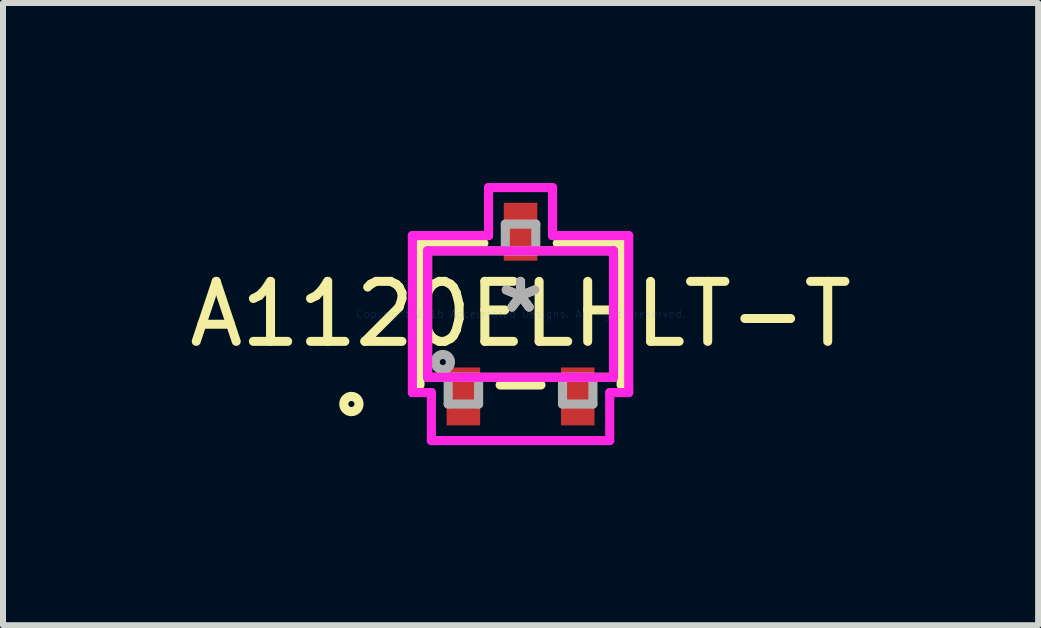
<source format=kicad_pcb>
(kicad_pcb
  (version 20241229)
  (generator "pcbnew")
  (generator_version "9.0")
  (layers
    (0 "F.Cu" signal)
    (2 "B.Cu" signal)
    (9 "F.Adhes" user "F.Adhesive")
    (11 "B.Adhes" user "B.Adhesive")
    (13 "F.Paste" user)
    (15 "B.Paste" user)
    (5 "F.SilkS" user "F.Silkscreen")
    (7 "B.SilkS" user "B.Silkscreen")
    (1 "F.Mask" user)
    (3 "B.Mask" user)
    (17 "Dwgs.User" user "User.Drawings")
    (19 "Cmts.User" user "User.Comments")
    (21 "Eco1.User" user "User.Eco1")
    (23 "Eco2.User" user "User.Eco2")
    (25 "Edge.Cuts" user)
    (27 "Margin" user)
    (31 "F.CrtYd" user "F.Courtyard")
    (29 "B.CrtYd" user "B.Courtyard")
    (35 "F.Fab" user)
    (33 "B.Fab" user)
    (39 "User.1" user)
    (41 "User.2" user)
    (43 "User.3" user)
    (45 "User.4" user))
  (footprint "A1120ELHLT-T"
    (layer "F.Cu")
    (at 5.625 2.184)
    (property "Reference" "A1120ELHLT-T" (at 0 0 0) (layer "F.SilkS") (effects (font (size 1 1) (thickness 0.15))))
    (attr through_hole)
    (fp_line (start -1.676 -1.181) (end -1.676 1.181) (stroke (width 0.152) (type solid)) (layer "F.SilkS"))
    (fp_line (start -0.612 -1.181) (end -1.676 -1.181) (stroke (width 0.152) (type solid)) (layer "F.SilkS"))
    (fp_line (start -0.34 1.181) (end 0.34 1.181) (stroke (width 0.152) (type solid)) (layer "F.SilkS"))
    (fp_line (start 1.676 -1.181) (end 0.612 -1.181) (stroke (width 0.152) (type solid)) (layer "F.SilkS"))
    (fp_line (start 1.676 1.181) (end 1.676 -1.181) (stroke (width 0.152) (type solid)) (layer "F.SilkS"))
    (fp_circle (center -2.819 1.499) (end -2.692 1.499) (stroke (width 0.152) (type solid)) (fill no) (layer "F.SilkS"))
    (fp_line (start -1.803 -1.308) (end -0.533 -1.308) (stroke (width 0.152) (type solid)) (layer "F.CrtYd"))
    (fp_line (start -1.803 1.308) (end -1.803 -1.308) (stroke (width 0.152) (type solid)) (layer "F.CrtYd"))
    (fp_line (start -1.549 -1.054) (end 1.549 -1.054) (stroke (width 0.152) (type solid)) (layer "F.CrtYd"))
    (fp_line (start -1.549 1.054) (end -1.549 -1.054) (stroke (width 0.152) (type solid)) (layer "F.CrtYd"))
    (fp_line (start -1.486 1.308) (end -1.803 1.308) (stroke (width 0.152) (type solid)) (layer "F.CrtYd"))
    (fp_line (start -1.486 2.108) (end -1.486 1.308) (stroke (width 0.152) (type solid)) (layer "F.CrtYd"))
    (fp_line (start -0.533 -2.108) (end 0.533 -2.108) (stroke (width 0.152) (type solid)) (layer "F.CrtYd"))
    (fp_line (start -0.533 -1.308) (end -0.533 -2.108) (stroke (width 0.152) (type solid)) (layer "F.CrtYd"))
    (fp_line (start 0.533 -2.108) (end 0.533 -1.308) (stroke (width 0.152) (type solid)) (layer "F.CrtYd"))
    (fp_line (start 0.533 -1.308) (end 1.803 -1.308) (stroke (width 0.152) (type solid)) (layer "F.CrtYd"))
    (fp_line (start 1.486 1.308) (end 1.486 2.108) (stroke (width 0.152) (type solid)) (layer "F.CrtYd"))
    (fp_line (start 1.486 2.108) (end -1.486 2.108) (stroke (width 0.152) (type solid)) (layer "F.CrtYd"))
    (fp_line (start 1.549 -1.054) (end 1.549 1.054) (stroke (width 0.152) (type solid)) (layer "F.CrtYd"))
    (fp_line (start 1.549 1.054) (end -1.549 1.054) (stroke (width 0.152) (type solid)) (layer "F.CrtYd"))
    (fp_line (start 1.803 -1.308) (end 1.803 1.308) (stroke (width 0.152) (type solid)) (layer "F.CrtYd"))
    (fp_line (start 1.803 1.308) (end 1.486 1.308) (stroke (width 0.152) (type solid)) (layer "F.CrtYd"))
    (fp_line (start -1.549 -1.054) (end -1.549 1.054) (stroke (width 0.152) (type solid)) (layer "F.Fab"))
    (fp_line (start -1.549 1.054) (end 1.549 1.054) (stroke (width 0.152) (type solid)) (layer "F.Fab"))
    (fp_line (start -1.206 1.054) (end -1.206 1.499) (stroke (width 0.152) (type solid)) (layer "F.Fab"))
    (fp_line (start -1.206 1.499) (end -0.699 1.499) (stroke (width 0.152) (type solid)) (layer "F.Fab"))
    (fp_line (start -0.699 1.054) (end -1.206 1.054) (stroke (width 0.152) (type solid)) (layer "F.Fab"))
    (fp_line (start -0.699 1.499) (end -0.699 1.054) (stroke (width 0.152) (type solid)) (layer "F.Fab"))
    (fp_line (start -0.254 -1.499) (end -0.254 -1.054) (stroke (width 0.152) (type solid)) (layer "F.Fab"))
    (fp_line (start -0.254 -1.054) (end 0.254 -1.054) (stroke (width 0.152) (type solid)) (layer "F.Fab"))
    (fp_line (start 0.254 -1.499) (end -0.254 -1.499) (stroke (width 0.152) (type solid)) (layer "F.Fab"))
    (fp_line (start 0.254 -1.054) (end 0.254 -1.499) (stroke (width 0.152) (type solid)) (layer "F.Fab"))
    (fp_line (start 0.699 1.054) (end 0.699 1.499) (stroke (width 0.152) (type solid)) (layer "F.Fab"))
    (fp_line (start 0.699 1.499) (end 1.206 1.499) (stroke (width 0.152) (type solid)) (layer "F.Fab"))
    (fp_line (start 1.206 1.054) (end 0.699 1.054) (stroke (width 0.152) (type solid)) (layer "F.Fab"))
    (fp_line (start 1.206 1.499) (end 1.206 1.054) (stroke (width 0.152) (type solid)) (layer "F.Fab"))
    (fp_line (start 1.549 -1.054) (end -1.549 -1.054) (stroke (width 0.152) (type solid)) (layer "F.Fab"))
    (fp_line (start 1.549 1.054) (end 1.549 -1.054) (stroke (width 0.152) (type solid)) (layer "F.Fab"))
    (fp_circle (center -1.295 0.8) (end -1.168 0.8) (stroke (width 0.152) (type solid)) (fill no) (layer "F.Fab"))
    (fp_text user "*" (at 0 0 0) (layer "F.SilkS") (effects (font (size 1 1) (thickness 0.15))))
    (fp_text user "Copyright 2016 Accelerated Designs. All rights reserved." (at 0 0 0) (layer "Cmts.User") (effects (font (size 0.127 0.127) (thickness 0.002))))
    (fp_text user "*" (at 0 0 0) (layer "F.Fab") (effects (font (size 1 1) (thickness 0.15))))
    (pad "1" smd rect (at -0.953 1.372) (size 0.559 0.965) (layers "F.Cu" "F.Mask" "F.Paste"))
    (pad "2" smd rect (at 0.953 1.372) (size 0.559 0.965) (layers "F.Cu" "F.Mask" "F.Paste"))
    (pad "3" smd rect (at 0 -1.372) (size 0.559 0.965) (layers "F.Cu" "F.Mask" "F.Paste")))
  (gr_rect
    (start -3 -3)
    (end 14.25 7.369)
    (stroke (width 0.1) (type default))
    (fill no)
    (layer "Edge.Cuts")))
</source>
